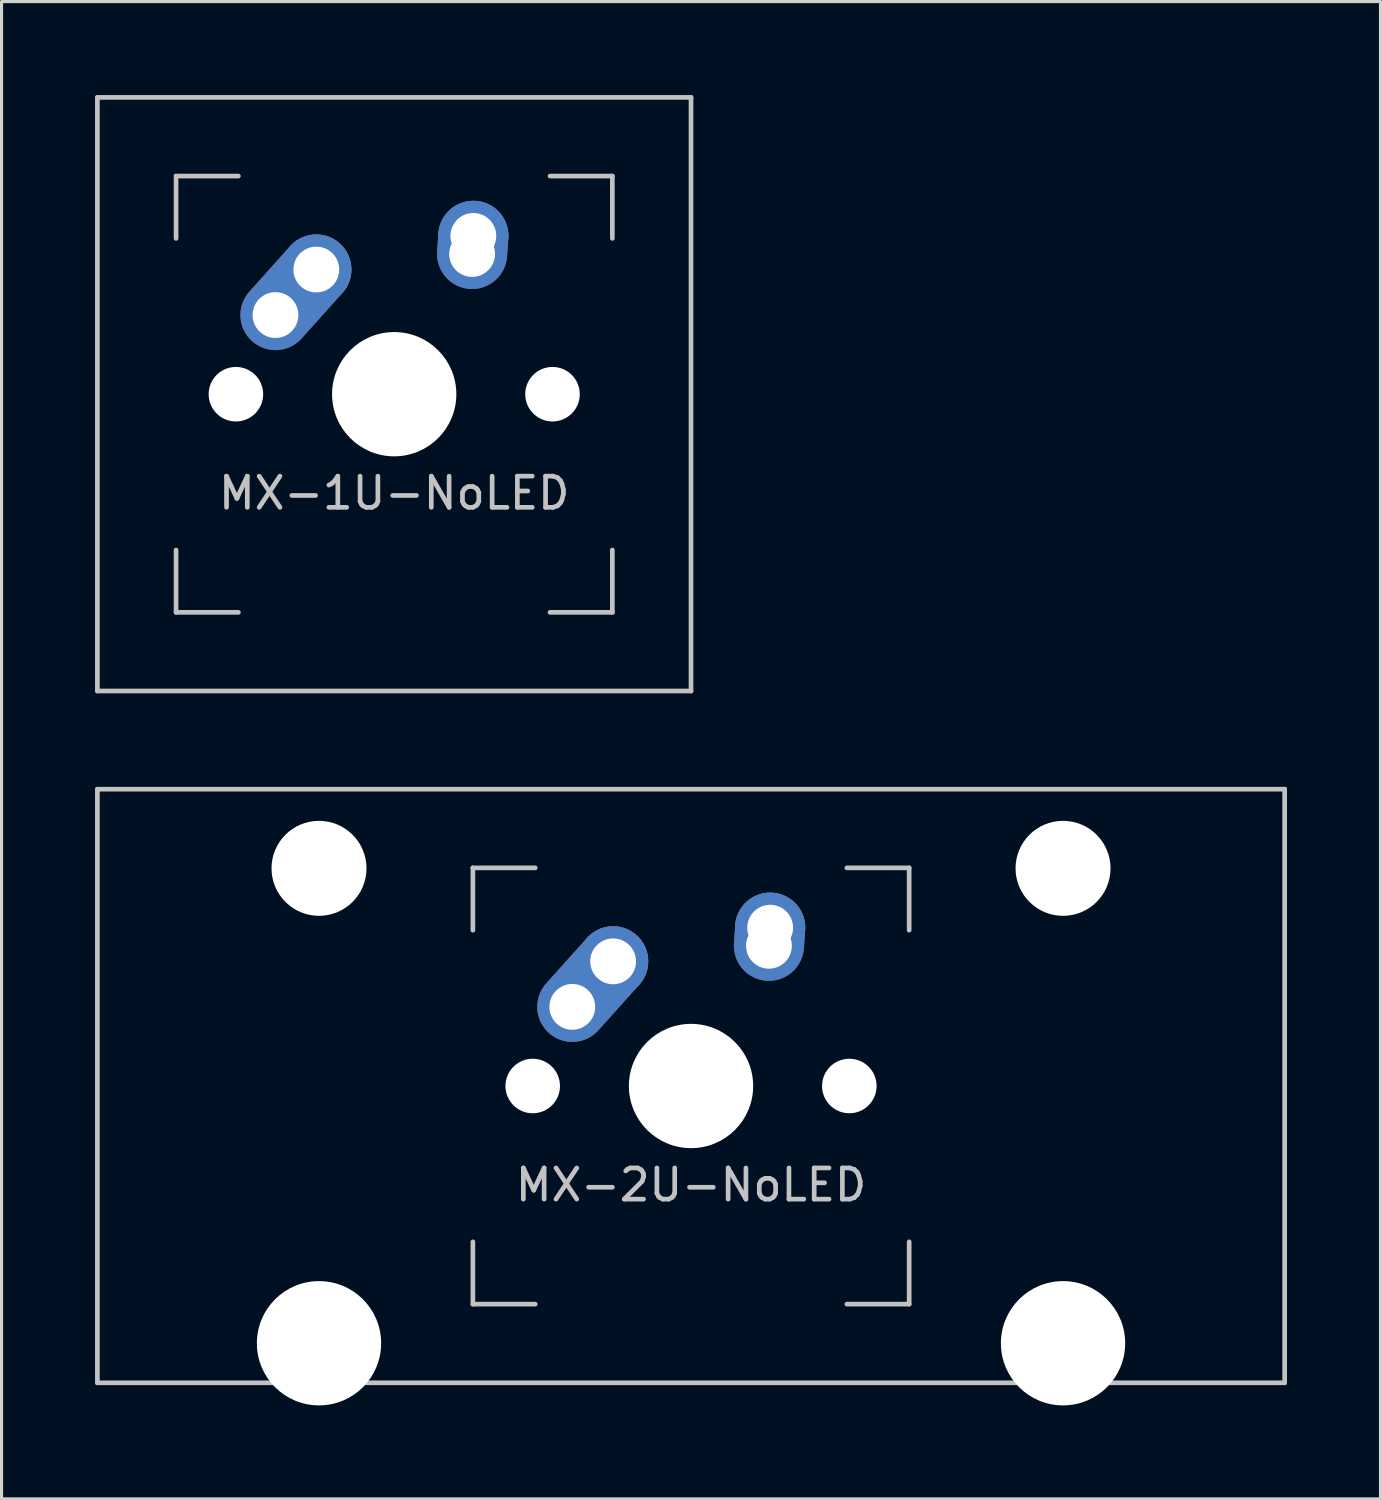
<source format=kicad_pcb>
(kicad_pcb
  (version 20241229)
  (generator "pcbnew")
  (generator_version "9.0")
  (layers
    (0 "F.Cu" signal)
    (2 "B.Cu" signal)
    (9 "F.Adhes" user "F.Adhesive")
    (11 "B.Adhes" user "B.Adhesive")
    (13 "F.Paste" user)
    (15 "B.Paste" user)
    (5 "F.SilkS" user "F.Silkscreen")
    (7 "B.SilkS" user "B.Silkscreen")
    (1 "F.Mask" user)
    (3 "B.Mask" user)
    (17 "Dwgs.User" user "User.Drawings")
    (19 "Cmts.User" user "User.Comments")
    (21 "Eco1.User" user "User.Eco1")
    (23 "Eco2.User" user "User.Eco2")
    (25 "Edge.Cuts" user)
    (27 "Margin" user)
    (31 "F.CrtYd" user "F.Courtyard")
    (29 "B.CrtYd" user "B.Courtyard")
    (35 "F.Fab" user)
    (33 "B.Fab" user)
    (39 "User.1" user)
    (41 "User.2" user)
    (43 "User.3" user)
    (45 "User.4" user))
  (footprint "MX-2U-NoLED"
    (layer "F.Cu")
    (at 19.125 31.8)
    (property "Reference" "MX-2U-NoLED" (at 0 3.175 0) (layer "Dwgs.User") (effects (font (size 1 1) (thickness 0.15))))
    (attr through_hole)
    (fp_line (start -19.05 -9.525) (end 19.05 -9.525) (stroke (width 0.15) (type solid)) (layer "Dwgs.User"))
    (fp_line (start -19.05 9.525) (end -19.05 -9.525) (stroke (width 0.15) (type solid)) (layer "Dwgs.User"))
    (fp_line (start -19.05 9.525) (end 19.05 9.525) (stroke (width 0.15) (type solid)) (layer "Dwgs.User"))
    (fp_line (start -7 -7) (end -7 -5) (stroke (width 0.15) (type solid)) (layer "Dwgs.User"))
    (fp_line (start -7 5) (end -7 7) (stroke (width 0.15) (type solid)) (layer "Dwgs.User"))
    (fp_line (start -7 7) (end -5 7) (stroke (width 0.15) (type solid)) (layer "Dwgs.User"))
    (fp_line (start -5 -7) (end -7 -7) (stroke (width 0.15) (type solid)) (layer "Dwgs.User"))
    (fp_line (start 5 -7) (end 7 -7) (stroke (width 0.15) (type solid)) (layer "Dwgs.User"))
    (fp_line (start 5 7) (end 7 7) (stroke (width 0.15) (type solid)) (layer "Dwgs.User"))
    (fp_line (start 7 -7) (end 7 -5) (stroke (width 0.15) (type solid)) (layer "Dwgs.User"))
    (fp_line (start 7 7) (end 7 5) (stroke (width 0.15) (type solid)) (layer "Dwgs.User"))
    (fp_line (start 19.05 -9.525) (end 19.05 9.525) (stroke (width 0.15) (type solid)) (layer "Dwgs.User"))
    (pad "" np_thru_hole circle (at -11.938 -6.985) (size 3.048 3.048) (drill 3.048) (layers "*.Cu" "*.Mask"))
    (pad "" np_thru_hole circle (at -11.938 8.255) (size 3.988 3.988) (drill 3.988) (layers "*.Cu" "*.Mask"))
    (pad "" np_thru_hole circle (at -5.08 0 48.1) (size 1.75 1.75) (drill 1.75) (layers "*.Cu" "*.Mask"))
    (pad "" np_thru_hole circle (at 0 0) (size 3.988 3.988) (drill 3.988) (layers "*.Cu" "*.Mask"))
    (pad "" np_thru_hole circle (at 5.08 0 48.1) (size 1.75 1.75) (drill 1.75) (layers "*.Cu" "*.Mask"))
    (pad "" np_thru_hole circle (at 11.938 -6.985) (size 3.048 3.048) (drill 3.048) (layers "*.Cu" "*.Mask"))
    (pad "" np_thru_hole circle (at 11.938 8.255) (size 3.988 3.988) (drill 3.988) (layers "*.Cu" "*.Mask"))
    (pad "1" thru_hole oval (at -3.81 -2.54 48.1) (size 4.212 2.25) (drill 1.47 (offset 0.981 0)) (layers "*.Cu" "B.Mask"))
    (pad "1" thru_hole circle (at -2.5 -4) (size 2.25 2.25) (drill 1.47) (layers "*.Cu" "B.Mask"))
    (pad "2" thru_hole oval (at 2.5 -4.5 86.055) (size 2.831 2.25) (drill 1.47 (offset 0.291 0)) (layers "*.Cu" "B.Mask"))
    (pad "2" thru_hole circle (at 2.54 -5.08) (size 2.25 2.25) (drill 1.47) (layers "*.Cu" "B.Mask")))
  (footprint "MX-1U-NoLED"
    (layer "F.Cu")
    (at 9.6 9.6)
    (property "Reference" "MX-1U-NoLED" (at 0 3.175 0) (layer "Dwgs.User") (effects (font (size 1 1) (thickness 0.15))))
    (attr through_hole)
    (fp_line (start -9.525 -9.525) (end 9.525 -9.525) (stroke (width 0.15) (type solid)) (layer "Dwgs.User"))
    (fp_line (start -9.525 9.525) (end -9.525 -9.525) (stroke (width 0.15) (type solid)) (layer "Dwgs.User"))
    (fp_line (start -7 -7) (end -7 -5) (stroke (width 0.15) (type solid)) (layer "Dwgs.User"))
    (fp_line (start -7 5) (end -7 7) (stroke (width 0.15) (type solid)) (layer "Dwgs.User"))
    (fp_line (start -7 7) (end -5 7) (stroke (width 0.15) (type solid)) (layer "Dwgs.User"))
    (fp_line (start -5 -7) (end -7 -7) (stroke (width 0.15) (type solid)) (layer "Dwgs.User"))
    (fp_line (start 5 -7) (end 7 -7) (stroke (width 0.15) (type solid)) (layer "Dwgs.User"))
    (fp_line (start 5 7) (end 7 7) (stroke (width 0.15) (type solid)) (layer "Dwgs.User"))
    (fp_line (start 7 -7) (end 7 -5) (stroke (width 0.15) (type solid)) (layer "Dwgs.User"))
    (fp_line (start 7 7) (end 7 5) (stroke (width 0.15) (type solid)) (layer "Dwgs.User"))
    (fp_line (start 9.525 -9.525) (end 9.525 9.525) (stroke (width 0.15) (type solid)) (layer "Dwgs.User"))
    (fp_line (start 9.525 9.525) (end -9.525 9.525) (stroke (width 0.15) (type solid)) (layer "Dwgs.User"))
    (pad "" np_thru_hole circle (at -5.08 0 48.1) (size 1.75 1.75) (drill 1.75) (layers "*.Cu" "*.Mask"))
    (pad "" np_thru_hole circle (at 0 0) (size 3.988 3.988) (drill 3.988) (layers "*.Cu" "*.Mask"))
    (pad "" np_thru_hole circle (at 5.08 0 48.1) (size 1.75 1.75) (drill 1.75) (layers "*.Cu" "*.Mask"))
    (pad "1" thru_hole oval (at -3.81 -2.54 48.1) (size 4.212 2.25) (drill 1.47 (offset 0.981 0)) (layers "*.Cu" "B.Mask"))
    (pad "1" thru_hole circle (at -2.5 -4) (size 2.25 2.25) (drill 1.47) (layers "*.Cu" "B.Mask"))
    (pad "2" thru_hole oval (at 2.5 -4.5 86.055) (size 2.831 2.25) (drill 1.47 (offset 0.291 0)) (layers "*.Cu" "B.Mask"))
    (pad "2" thru_hole circle (at 2.54 -5.08) (size 2.25 2.25) (drill 1.47) (layers "*.Cu" "B.Mask")))
  (gr_rect
    (start -3 -3)
    (end 41.25 45.049)
    (stroke (width 0.1) (type default))
    (fill no)
    (layer "Edge.Cuts")))
</source>
